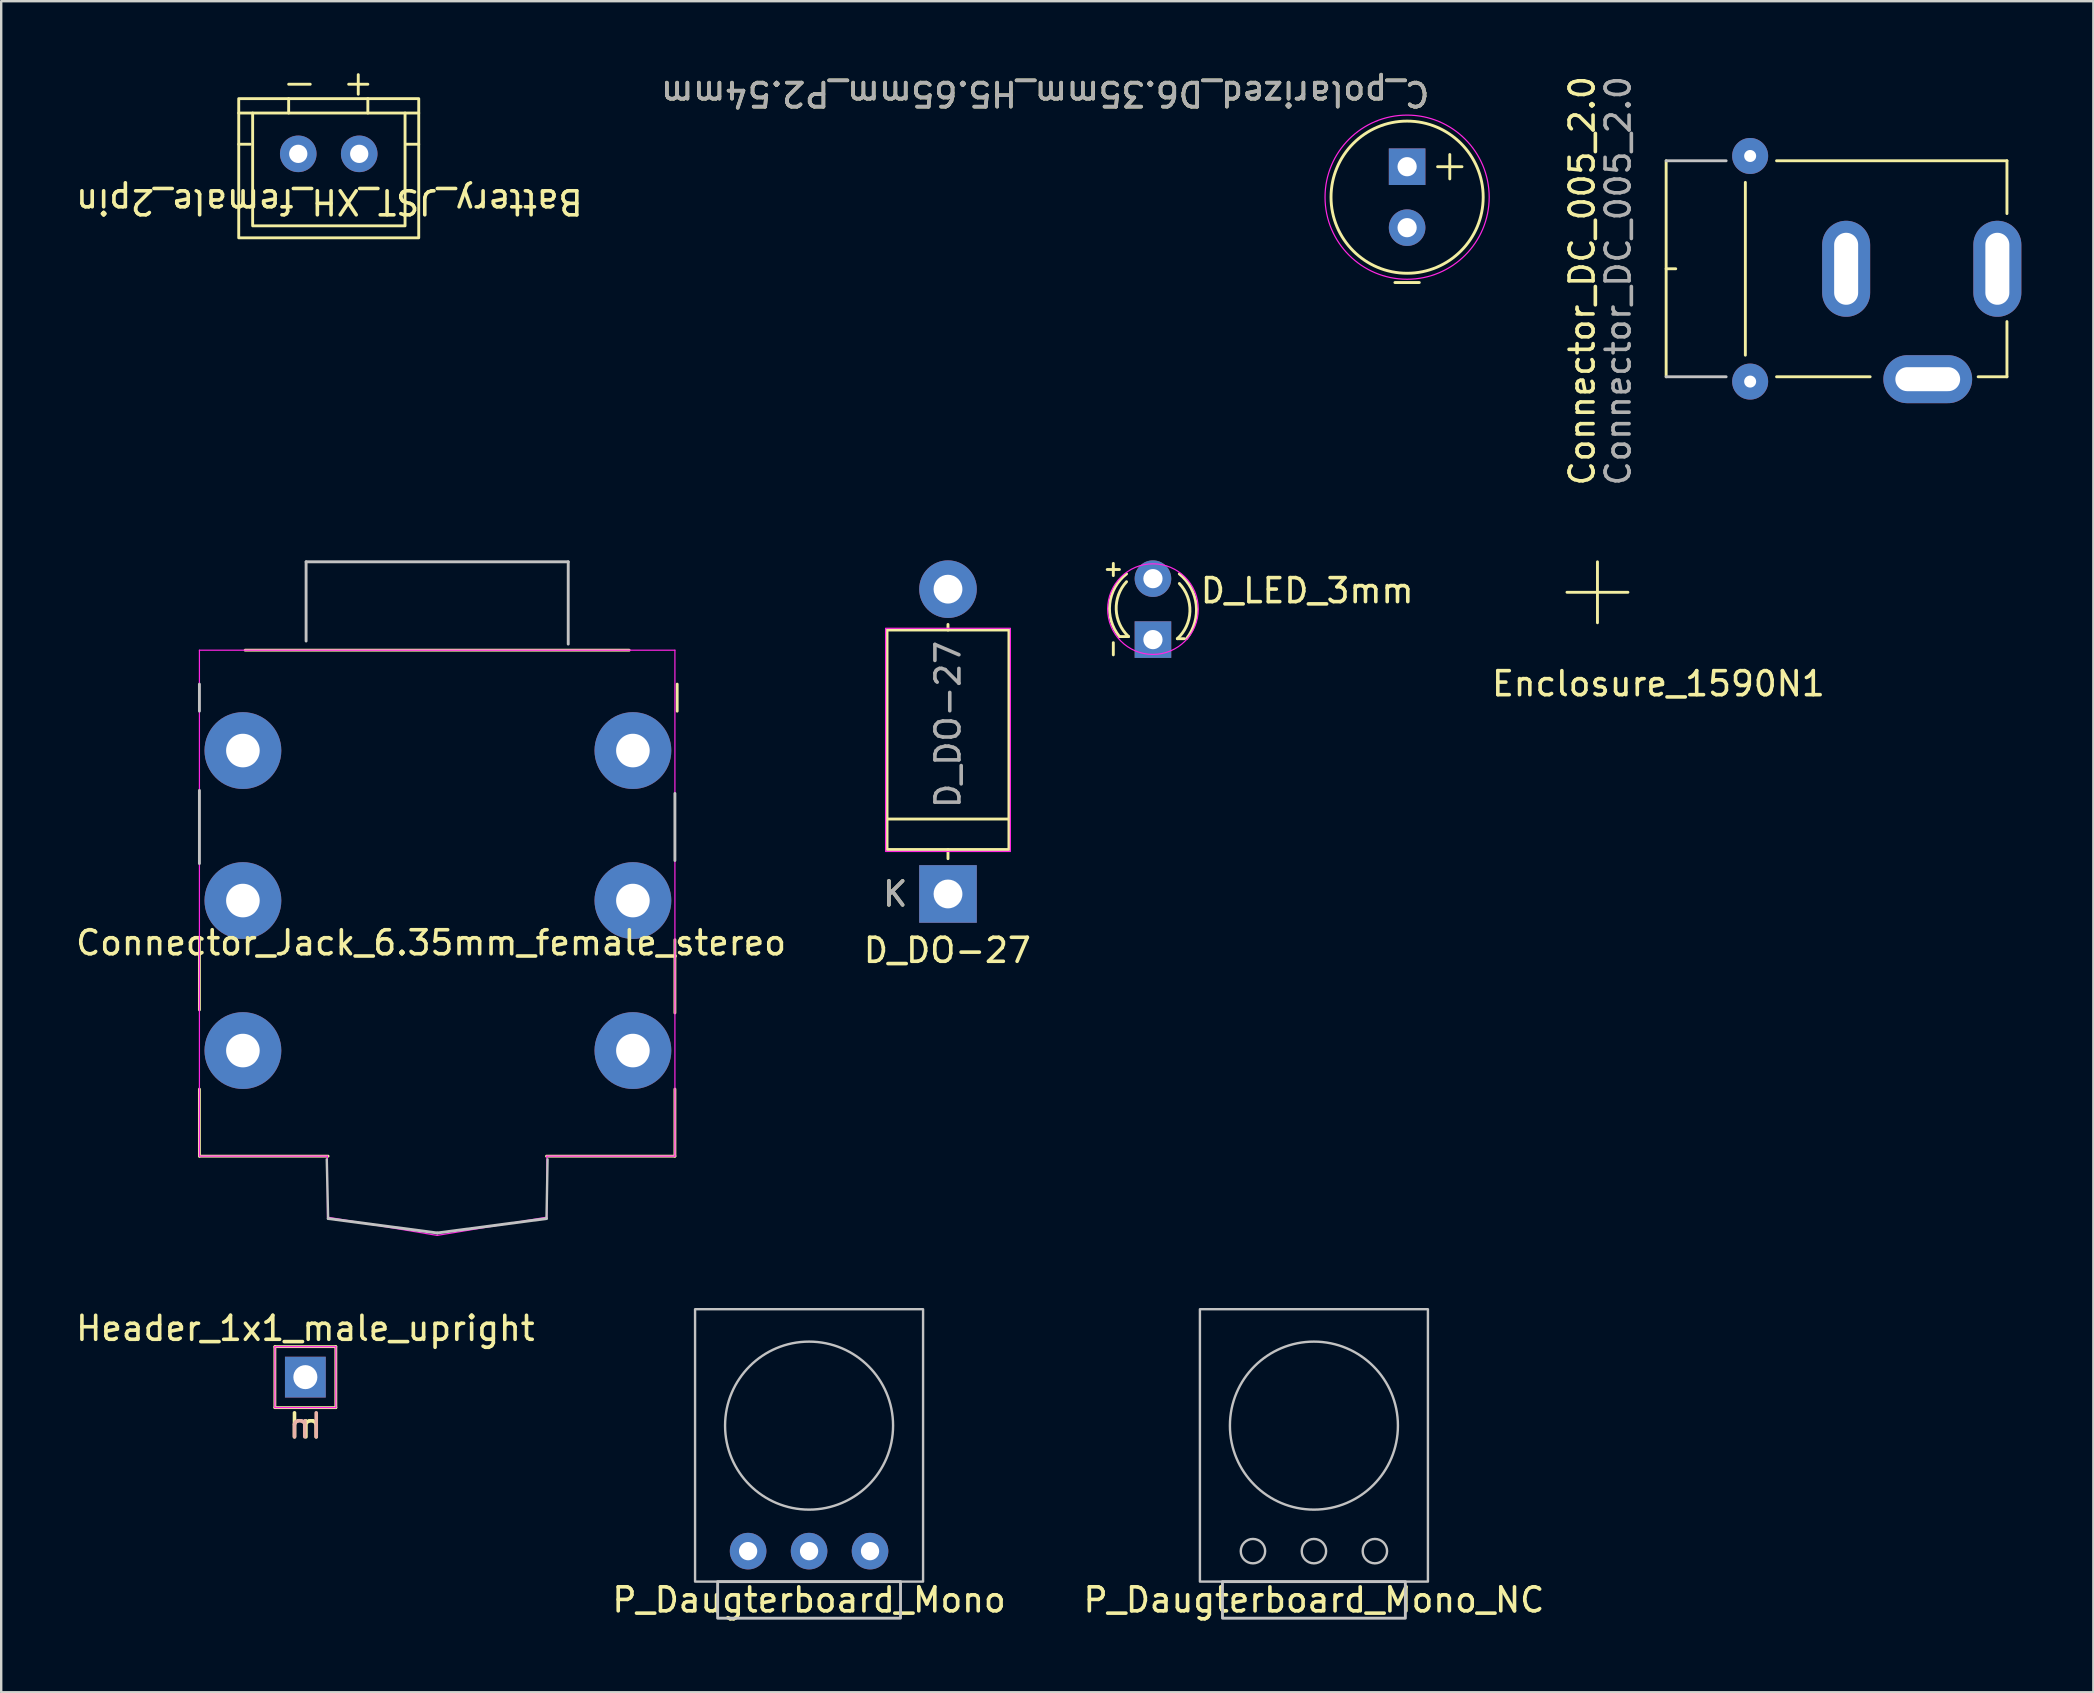
<source format=kicad_pcb>
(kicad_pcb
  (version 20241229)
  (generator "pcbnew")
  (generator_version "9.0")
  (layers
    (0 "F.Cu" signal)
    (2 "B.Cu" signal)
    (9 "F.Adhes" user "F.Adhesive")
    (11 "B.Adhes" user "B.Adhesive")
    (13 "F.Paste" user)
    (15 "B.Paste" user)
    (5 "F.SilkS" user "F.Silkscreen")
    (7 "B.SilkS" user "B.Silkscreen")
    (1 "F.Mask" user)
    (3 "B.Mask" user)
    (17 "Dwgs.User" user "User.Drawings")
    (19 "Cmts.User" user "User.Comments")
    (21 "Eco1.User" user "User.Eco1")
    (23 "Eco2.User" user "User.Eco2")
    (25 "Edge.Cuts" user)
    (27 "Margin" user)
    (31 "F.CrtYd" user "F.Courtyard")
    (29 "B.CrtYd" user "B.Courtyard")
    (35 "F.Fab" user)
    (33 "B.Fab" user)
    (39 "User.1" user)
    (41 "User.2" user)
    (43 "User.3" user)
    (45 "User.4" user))
  (footprint "P_Daugterboard_Mono_NC"
    (layer "F.Cu")
    (at 49.156 61.58)
    (property "Reference" "P_Daugterboard_Mono_NC" (at 2.54 2.032 0) (unlocked yes) (layer "F.SilkS") (effects (font (size 1 1) (thickness 0.15))))
    (attr through_hole)
    (fp_rect (start -2.21 -10.08) (end 7.29 1.27) (stroke (width 0.1) (type default)) (fill no) (layer "Dwgs.User"))
    (fp_rect (start -1.27 1.27) (end 6.35 2.794) (stroke (width 0.12) (type solid)) (fill no) (layer "Dwgs.User"))
    (fp_circle (center 0 0) (end 0.508 0) (stroke (width 0.1) (type default)) (fill no) (layer "Dwgs.User"))
    (fp_circle (center 2.54 -5.23) (end 6.04 -5.23) (stroke (width 0.1) (type default)) (fill no) (layer "Dwgs.User"))
    (fp_circle (center 2.54 0) (end 3.048 0) (stroke (width 0.1) (type default)) (fill no) (layer "Dwgs.User"))
    (fp_circle (center 5.08 0) (end 5.588 0) (stroke (width 0.1) (type default)) (fill no) (layer "Dwgs.User")))
  (footprint "Connector_Jack_6.35mm_female_stereo"
    (layer "F.Cu")
    (at 15.165 34.455)
    (property "Reference" "Connector_Jack_6.35mm_female_stereo" (at -0.254 1.778 0) (unlocked yes) (layer "F.SilkS") (effects (font (size 1 1) (thickness 0.15))))
    (attr through_hole)
    (fp_line (start -9.906 1.651) (end -9.906 4.572) (stroke (width 0.12) (type solid)) (layer "F.SilkS"))
    (fp_line (start -9.906 7.874) (end -9.906 10.668) (stroke (width 0.12) (type solid)) (layer "F.SilkS"))
    (fp_line (start -9.906 10.668) (end -4.544 10.668) (stroke (width 0.12) (type solid)) (layer "F.SilkS"))
    (fp_line (start 4.556 10.668) (end 9.906 10.668) (stroke (width 0.12) (type solid)) (layer "F.SilkS"))
    (fp_line (start 8 -10.414) (end -8 -10.414) (stroke (width 0.12) (type solid)) (layer "F.SilkS"))
    (fp_line (start 9.906 4.699) (end 9.906 1.651) (stroke (width 0.12) (type solid)) (layer "F.SilkS"))
    (fp_line (start 9.906 10.668) (end 9.906 7.874) (stroke (width 0.12) (type solid)) (layer "F.SilkS"))
    (fp_line (start 10 -7.874) (end 10 -9) (stroke (width 0.12) (type solid)) (layer "F.SilkS"))
    (fp_line (start -9.906 -9) (end -9.906 -7.874) (stroke (width 0.12) (type solid)) (layer "Dwgs.User"))
    (fp_line (start -9.906 -4.572) (end -9.906 -1.524) (stroke (width 0.12) (type solid)) (layer "Dwgs.User"))
    (fp_line (start -5.461 -14.097) (end 5.461 -14.097) (stroke (width 0.12) (type solid)) (layer "Dwgs.User"))
    (fp_line (start -5.461 -10.795) (end -5.461 -14.097) (stroke (width 0.12) (type solid)) (layer "Dwgs.User"))
    (fp_line (start -4.544 13.268) (end -4.6 10.8) (stroke (width 0.1) (type default)) (layer "Dwgs.User"))
    (fp_line (start 0.006 13.868) (end -4.544 13.268) (stroke (width 0.12) (type solid)) (layer "Dwgs.User"))
    (fp_line (start 4.556 13.268) (end 0.006 13.868) (stroke (width 0.12) (type solid)) (layer "Dwgs.User"))
    (fp_line (start 4.556 13.268) (end 4.6 10.8) (stroke (width 0.1) (type default)) (layer "Dwgs.User"))
    (fp_line (start 5.461 -14.097) (end 5.461 -10.668) (stroke (width 0.12) (type solid)) (layer "Dwgs.User"))
    (fp_line (start 9.906 -1.651) (end 9.906 -4.445) (stroke (width 0.12) (type solid)) (layer "Dwgs.User"))
    (fp_line (start -9.906 -10.414) (end 9.906 -10.414) (stroke (width 0.05) (type solid)) (layer "F.CrtYd"))
    (fp_line (start -9.906 10.668) (end -9.906 -10.414) (stroke (width 0.05) (type solid)) (layer "F.CrtYd"))
    (fp_line (start -4.572 10.668) (end -9.906 10.668) (stroke (width 0.05) (type solid)) (layer "F.CrtYd"))
    (fp_line (start -4.572 13.208) (end -4.572 10.668) (stroke (width 0.05) (type solid)) (layer "F.CrtYd"))
    (fp_line (start 0 13.97) (end -4.572 13.208) (stroke (width 0.05) (type solid)) (layer "F.CrtYd"))
    (fp_line (start 4.572 10.668) (end 4.572 13.208) (stroke (width 0.05) (type solid)) (layer "F.CrtYd"))
    (fp_line (start 4.572 13.208) (end 0 13.97) (stroke (width 0.05) (type solid)) (layer "F.CrtYd"))
    (fp_line (start 9.906 -10.414) (end 9.906 10.668) (stroke (width 0.05) (type solid)) (layer "F.CrtYd"))
    (fp_line (start 9.906 10.668) (end 4.572 10.668) (stroke (width 0.05) (type solid)) (layer "F.CrtYd"))
    (pad "R" thru_hole circle (at -8.094 0.018) (size 3.2 3.2) (drill 1.4) (layers "*.Cu" "*.Mask"))
    (pad "RN" thru_hole circle (at 8.156 0.018) (size 3.2 3.2) (drill 1.4) (layers "*.Cu" "*.Mask"))
    (pad "S" thru_hole circle (at -8.094 -6.232) (size 3.2 3.2) (drill 1.4) (layers "*.Cu" "*.Mask"))
    (pad "SN" thru_hole circle (at 8.156 -6.232) (size 3.2 3.2) (drill 1.4) (layers "*.Cu" "*.Mask"))
    (pad "T" thru_hole circle (at -8.094 6.268) (size 3.2 3.2) (drill 1.4) (layers "*.Cu" "*.Mask"))
    (pad "TN" thru_hole circle (at 8.156 6.268) (size 3.2 3.2) (drill 1.4) (layers "*.Cu" "*.Mask")))
  (footprint "Enclosure_1590N1"
    (layer "F.Cu")
    (at 63.51 21.628)
    (property "Reference" "Enclosure_1590N1" (at 2.54 3.81 0) (unlocked yes) (layer "F.SilkS") (effects (font (size 1 1) (thickness 0.15))))
    (attr through_hole)
    (fp_line (start -1.27 0) (end 1.27 0) (stroke (width 0.12) (type solid)) (layer "F.SilkS"))
    (fp_line (start 0 -1.27) (end 0 1.27) (stroke (width 0.12) (type solid)) (layer "F.SilkS")))
  (footprint "Battery_JST_XH_female_2pin"
    (layer "F.Cu")
    (at 9.377 3.36)
    (property "Reference" "Battery_JST_XH_female_2pin" (at 1.296 1.994 180) (unlocked yes) (layer "F.SilkS") (effects (font (size 1 1) (thickness 0.15))))
    (attr through_hole)
    (fp_line (start -2 -0.4) (end -2.48 -0.4) (stroke (width 0.12) (type solid)) (layer "F.SilkS"))
    (fp_line (start -1.9 -1.7) (end -2.48 -1.7) (stroke (width 0.12) (type solid)) (layer "F.SilkS"))
    (fp_line (start -0.4 -2.9) (end 0.5 -2.9) (stroke (width 0.12) (type solid)) (layer "F.SilkS"))
    (fp_line (start -0.4 -2.3) (end -0.4 -1.7) (stroke (width 0.12) (type solid)) (layer "F.SilkS"))
    (fp_line (start 2.1 -2.9) (end 2.9 -2.9) (stroke (width 0.12) (type solid)) (layer "F.SilkS"))
    (fp_line (start 2.5 -3.3) (end 2.5 -2.484) (stroke (width 0.12) (type solid)) (layer "F.SilkS"))
    (fp_line (start 2.9 -1.7) (end 2.9 -2.3) (stroke (width 0.12) (type solid)) (layer "F.SilkS"))
    (fp_line (start 4.45 -1.7) (end 5.02 -1.7) (stroke (width 0.12) (type solid)) (layer "F.SilkS"))
    (fp_line (start 5.02 -0.4) (end 4.5 -0.4) (stroke (width 0.12) (type solid)) (layer "F.SilkS"))
    (fp_rect (start -2.48 -2.3) (end 5.02 3.5) (stroke (width 0.12) (type solid)) (fill no) (layer "F.SilkS"))
    (fp_rect (start -1.9 -1.7) (end 4.45 3) (stroke (width 0.12) (type solid)) (fill no) (layer "F.SilkS"))
    (pad "N" thru_hole circle (at 0 0) (size 1.524 1.524) (drill 0.762) (layers "*.Cu" "*.Mask"))
    (pad "P" thru_hole circle (at 2.54 0) (size 1.524 1.524) (drill 0.762) (layers "*.Cu" "*.Mask")))
  (footprint "Header_1x1_male_upright"
    (layer "F.Cu")
    (at 9.673 54.33)
    (property "Reference" "Header_1x1_male_upright" (at 0 -2.032 0) (unlocked yes) (layer "F.SilkS") (effects (font (size 1 1) (thickness 0.15))))
    (attr through_hole)
    (fp_line (start -1.27 -1.27) (end 1.27 -1.27) (stroke (width 0.12) (type solid)) (layer "F.SilkS"))
    (fp_line (start -1.27 1.27) (end -1.27 -1.27) (stroke (width 0.12) (type solid)) (layer "F.SilkS"))
    (fp_line (start 1.27 -1.27) (end 1.27 1.27) (stroke (width 0.12) (type solid)) (layer "F.SilkS"))
    (fp_line (start 1.27 1.27) (end -1.27 1.27) (stroke (width 0.12) (type solid)) (layer "F.SilkS"))
    (fp_line (start -1.27 -1.27) (end 1.27 -1.27) (stroke (width 0.05) (type solid)) (layer "F.CrtYd"))
    (fp_line (start -1.27 1.27) (end -1.27 -1.27) (stroke (width 0.05) (type solid)) (layer "F.CrtYd"))
    (fp_line (start 1.27 -1.27) (end 1.27 1.27) (stroke (width 0.05) (type solid)) (layer "F.CrtYd"))
    (fp_line (start 1.27 1.27) (end -1.27 1.27) (stroke (width 0.05) (type solid)) (layer "F.CrtYd"))
    (fp_text user "In" (at 0 2.032 0) (unlocked yes) (layer "F.SilkS") (effects (font (size 1 1) (thickness 0.15))))
    (fp_text user "In" (at 0 2.032 0) (unlocked yes) (layer "B.SilkS") (effects (font (size 1 1) (thickness 0.15)) (justify mirror)))
    (pad "1" thru_hole rect (at 0 0) (size 1.7 1.7) (drill 1) (layers "*.Cu" "*.Mask")))
  (footprint "D_DO-27"
    (layer "F.Cu")
    (at 36.449 28.028)
    (property "Reference" "D_DO-27" (at -0.026 8.52 0) (layer "F.SilkS") (effects (font (size 1 1) (thickness 0.15))))
    (attr through_hole)
    (fp_line (start -2.54 3.048) (end 2.54 3.048) (stroke (width 0.12) (type solid)) (layer "F.SilkS"))
    (fp_line (start 0 -4.826) (end 0 -5.06) (stroke (width 0.12) (type solid)) (layer "F.SilkS"))
    (fp_line (start 0 4.318) (end 0 4.7) (stroke (width 0.12) (type solid)) (layer "F.SilkS"))
    (fp_rect (start -2.54 -4.826) (end 2.54 4.318) (stroke (width 0.12) (type solid)) (fill no) (layer "F.SilkS"))
    (fp_rect (start -2.6 -4.9) (end 2.6 4.4) (stroke (width 0.05) (type solid)) (fill no) (layer "F.CrtYd"))
    (fp_text user "K" (at -2.2 6.17 180) (layer "F.SilkS") (effects (font (size 1 1) (thickness 0.15))))
    (fp_text user "${REFERENCE}" (at 0 -0.894 90) (layer "F.Fab") (effects (font (size 1 1) (thickness 0.15))))
    (fp_text user "K" (at -2.2 6.17 180) (layer "F.Fab") (effects (font (size 1 1) (thickness 0.15))))
    (pad "A" thru_hole oval (at 0 -6.53 90) (size 2.4 2.4) (drill 1.2) (layers "*.Cu" "*.Mask"))
    (pad "K" thru_hole rect (at 0 6.17 90) (size 2.4 2.4) (drill 1.2) (layers "*.Cu" "*.Mask")))
  (footprint "D_LED_3mm"
    (layer "F.Cu")
    (at 44.989 22.262)
    (property "Reference" "D_LED_3mm" (at 1.9 -0.7 0) (unlocked yes) (layer "F.SilkS") (effects (font (size 1 1) (thickness 0.15)) (justify left)))
    (attr through_hole)
    (fp_line (start -1.651 -1.329) (end -1.651 -1.837) (stroke (width 0.12) (type solid)) (layer "F.SilkS"))
    (fp_line (start -1.651 1.465) (end -1.651 1.973) (stroke (width 0.12) (type solid)) (layer "F.SilkS"))
    (fp_line (start -1.397 -1.583) (end -1.905 -1.583) (stroke (width 0.12) (type solid)) (layer "F.SilkS"))
    (fp_line (start -1.397 1.211) (end -1.016 1.211) (stroke (width 0.12) (type solid)) (layer "F.SilkS"))
    (fp_line (start 1.3 1.3) (end 1.016 1.3) (stroke (width 0.12) (type solid)) (layer "F.SilkS"))
    (fp_arc (start -1.397 1.210919) (mid -1.799669 -0.157238) (end -1.1 -1.4) (stroke (width 0.12) (type solid)) (layer "F.SilkS"))
    (fp_arc (start -1.016 1.210919) (mid -1.530669 0.085287) (end -1.1 -1.075081) (stroke (width 0.12) (type solid)) (layer "F.SilkS"))
    (fp_arc (start 1.1 -1.4) (mid 1.802355 -0.110924) (end 1.397 1.3) (stroke (width 0.12) (type solid)) (layer "F.SilkS"))
    (fp_arc (start 1.1 -1) (mid 1.540334 0.167616) (end 1.016 1.3) (stroke (width 0.12) (type solid)) (layer "F.SilkS"))
    (fp_circle (center 0 0.068) (end -1.397 1.338) (stroke (width 0.05) (type solid)) (fill no) (layer "F.CrtYd"))
    (pad "A" thru_hole circle (at 0 -1.202 90) (size 1.524 1.524) (drill 0.8) (layers "*.Cu" "*.Mask"))
    (pad "K" thru_hole rect (at 0 1.338 90) (size 1.524 1.524) (drill 0.8) (layers "*.Cu" "*.Mask")))
  (footprint "Connector_DC_005_2.0"
    (layer "F.Cu")
    (at 66.372 8.149)
    (property "Reference" "Connector_DC_005_2.0" (at -3.5 0.5 90) (unlocked yes) (layer "F.SilkS") (effects (font (size 1 1) (thickness 0.15))))
    (attr through_hole)
    (fp_line (start 0 -4.5) (end 0 4.5) (stroke (width 0.12) (type solid)) (layer "F.SilkS"))
    (fp_line (start 0 0) (end 0.4 0) (stroke (width 0.12) (type solid)) (layer "F.SilkS"))
    (fp_line (start 3.3 -3.6) (end 3.3 3.6) (stroke (width 0.12) (type solid)) (layer "F.SilkS"))
    (fp_line (start 4.6 -4.5) (end 14.2 -4.5) (stroke (width 0.12) (type solid)) (layer "F.SilkS"))
    (fp_line (start 4.6 4.5) (end 8.5 4.5) (stroke (width 0.12) (type solid)) (layer "F.SilkS"))
    (fp_line (start 14.2 -4.5) (end 14.2 -2.3) (stroke (width 0.12) (type solid)) (layer "F.SilkS"))
    (fp_line (start 14.2 2.2) (end 14.2 4.5) (stroke (width 0.12) (type solid)) (layer "F.SilkS"))
    (fp_line (start 14.2 4.5) (end 13 4.5) (stroke (width 0.12) (type solid)) (layer "F.SilkS"))
    (fp_line (start 0 -4.5) (end 2.5 -4.5) (stroke (width 0.12) (type solid)) (layer "Dwgs.User"))
    (fp_line (start 0 4.5) (end 2.5 4.5) (stroke (width 0.12) (type solid)) (layer "Dwgs.User"))
    (fp_text user "${REFERENCE}" (at -2 0.5 90) (unlocked yes) (layer "F.Fab") (effects (font (size 1 1) (thickness 0.15))))
    (pad "1" thru_hole oval (at 13.8 0 90) (size 4 2) (drill oval 3 1) (layers "*.Cu" "*.Mask"))
    (pad "2" thru_hole oval (at 10.9 4.6 180) (size 3.7 2) (drill oval 2.7 1) (layers "*.Cu" "*.Mask"))
    (pad "3" thru_hole oval (at 7.5 0 90) (size 4 2) (drill oval 3 1) (layers "*.Cu" "*.Mask"))
    (pad "NC" thru_hole circle (at 3.5 -4.7) (size 1.5 1.5) (drill 0.5) (layers "*.Cu" "*.Mask"))
    (pad "NC" thru_hole circle (at 3.5 4.7) (size 1.5 1.5) (drill 0.5) (layers "*.Cu" "*.Mask")))
  (footprint "C_polarized_D6.35mm_H5.65mm_P2.54mm"
    (layer "F.Cu")
    (at 55.579 5.166)
    (property "Reference" "C_polarized_D6.35mm_H5.65mm_P2.54mm" (at 1.016 -4.318 180) (unlocked yes) (layer "F.SilkS") (effects (font (size 1 1) (thickness 0.15)) (justify left)))
    (attr through_hole)
    (fp_line (start 0.508 3.556) (end -0.508 3.556) (stroke (width 0.12) (type solid)) (layer "F.SilkS"))
    (fp_line (start 1.778 -1.778) (end 1.778 -0.762) (stroke (width 0.12) (type solid)) (layer "F.SilkS"))
    (fp_line (start 2.286 -1.27) (end 1.27 -1.27) (stroke (width 0.12) (type solid)) (layer "F.SilkS"))
    (fp_circle (center 0 0) (end 0 3.17) (stroke (width 0.12) (type solid)) (fill no) (layer "F.SilkS"))
    (fp_circle (center 0 0) (end 2.921 1.778) (stroke (width 0.05) (type solid)) (fill no) (layer "F.CrtYd"))
    (fp_text user "${REFERENCE}" (at 1.016 -4.318 180) (unlocked yes) (layer "F.Fab") (effects (font (size 1 1) (thickness 0.15)) (justify left)))
    (pad "N" thru_hole circle (at 0 1.27 270) (size 1.524 1.524) (drill 0.8) (layers "*.Cu" "*.Mask"))
    (pad "P" thru_hole rect (at 0 -1.27 270) (size 1.524 1.524) (drill 0.8) (layers "*.Cu" "*.Mask")))
  (footprint "P_Daugterboard_Mono"
    (layer "F.Cu")
    (at 28.121 61.58)
    (property "Reference" "P_Daugterboard_Mono" (at 2.54 2.032 0) (unlocked yes) (layer "F.SilkS") (effects (font (size 1 1) (thickness 0.15))))
    (attr through_hole)
    (fp_rect (start -2.21 -10.08) (end 7.29 1.27) (stroke (width 0.1) (type default)) (fill no) (layer "Dwgs.User"))
    (fp_rect (start -1.27 1.27) (end 6.35 2.794) (stroke (width 0.12) (type solid)) (fill no) (layer "Dwgs.User"))
    (fp_circle (center 2.54 -5.23) (end 6.04 -5.23) (stroke (width 0.1) (type default)) (fill no) (layer "Dwgs.User"))
    (pad "E" thru_hole circle (at 5.08 0) (size 1.524 1.524) (drill 0.762) (layers "*.Cu" "*.Mask"))
    (pad "S" thru_hole circle (at 0 0) (size 1.524 1.524) (drill 0.762) (layers "*.Cu" "*.Mask"))
    (pad "W" thru_hole circle (at 2.54 0) (size 1.524 1.524) (drill 0.762) (layers "*.Cu" "*.Mask")))
  (gr_rect
    (start -3 -3)
    (end 84.172 67.46)
    (stroke (width 0.1) (type default))
    (fill no)
    (layer "Edge.Cuts")))
</source>
